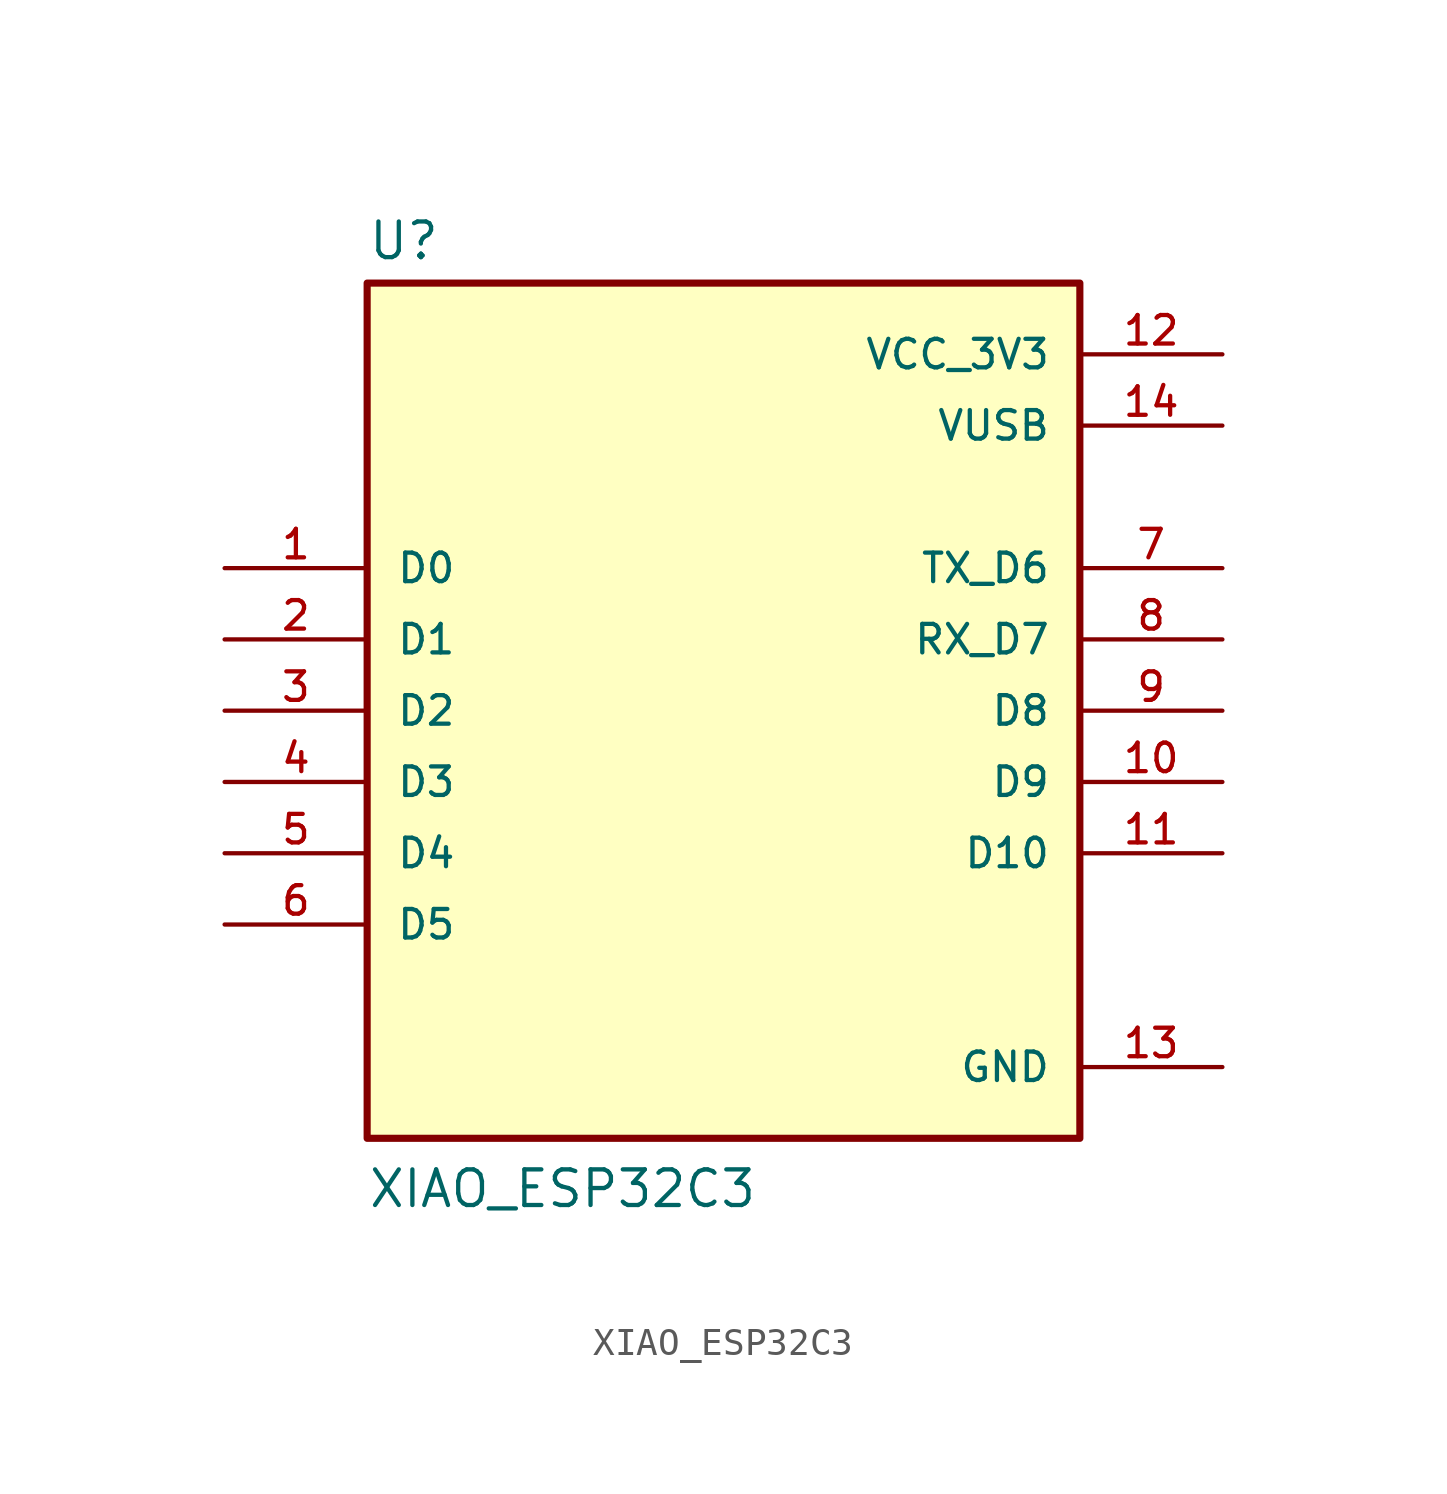
<source format=kicad_sym>
(kicad_symbol_lib
  (version 20241209)
  (generator "kicad_symbol_editor")
  (generator_version "9.0")
  (symbol "XIAO_ESP32C3"
    (pin_names
      (offset 1.016))
    (property "Reference" "U"
      (at -12.7 16.002 0)
      (effects (font (size 1.27 1.27)) (justify left bottom)))
    (property "Value" "XIAO_ESP32C3"
      (at -12.7 -17.78 0)
      (effects (font (size 1.27 1.27)) (justify left bottom)))
    (symbol "XIAO_ESP32C3_0_0"
      (rectangle (start -12.7 -15.24) (end 12.7 15.24) (stroke (width 0.254) (type default)) (fill (type background)))
      (pin bidirectional line (at -17.78 5.08 0) (length 5.08) (name "D0" (effects (font (size 1.016 1.016)))) (number "1" (effects (font (size 1.016 1.016)))))
      (pin bidirectional line (at -17.78 2.54 0) (length 5.08) (name "D1" (effects (font (size 1.016 1.016)))) (number "2" (effects (font (size 1.016 1.016)))))
      (pin bidirectional line (at -17.78 0 0) (length 5.08) (name "D2" (effects (font (size 1.016 1.016)))) (number "3" (effects (font (size 1.016 1.016)))))
      (pin bidirectional line (at -17.78 -2.54 0) (length 5.08) (name "D3" (effects (font (size 1.016 1.016)))) (number "4" (effects (font (size 1.016 1.016)))))
      (pin bidirectional line (at -17.78 -5.08 0) (length 5.08) (name "D4" (effects (font (size 1.016 1.016)))) (number "5" (effects (font (size 1.016 1.016)))))
      (pin bidirectional line (at -17.78 -7.62 0) (length 5.08) (name "D5" (effects (font (size 1.016 1.016)))) (number "6" (effects (font (size 1.016 1.016)))))
      (pin bidirectional line (at 17.78 5.08 180) (length 5.08) (name "TX_D6" (effects (font (size 1.016 1.016)))) (number "7" (effects (font (size 1.016 1.016)))))
      (pin bidirectional line (at 17.78 2.54 180) (length 5.08) (name "RX_D7" (effects (font (size 1.016 1.016)))) (number "8" (effects (font (size 1.016 1.016)))))
      (pin bidirectional line (at 17.78 0 180) (length 5.08) (name "D8" (effects (font (size 1.016 1.016)))) (number "9" (effects (font (size 1.016 1.016)))))
      (pin bidirectional line (at 17.78 -2.54 180) (length 5.08) (name "D9" (effects (font (size 1.016 1.016)))) (number "10" (effects (font (size 1.016 1.016)))))
      (pin bidirectional line (at 17.78 -5.08 180) (length 5.08) (name "D10" (effects (font (size 1.016 1.016)))) (number "11" (effects (font (size 1.016 1.016))))))
    (symbol "XIAO_ESP32C3_1_0"
      (pin power_out line (at 17.78 12.7 180) (length 5.08) (name "VCC_3V3" (effects (font (size 1.016 1.016)))) (number "12" (effects (font (size 1.016 1.016)))))
      (pin power_out line (at 17.78 10.16 180) (length 5.08) (name "VUSB" (effects (font (size 1.016 1.016)))) (number "14" (effects (font (size 1.016 1.016)))))
      (pin power_out line (at 17.78 -12.7 180) (length 5.08) (name "GND" (effects (font (size 1.016 1.016)))) (number "13" (effects (font (size 1.016 1.016))))))))
</source>
